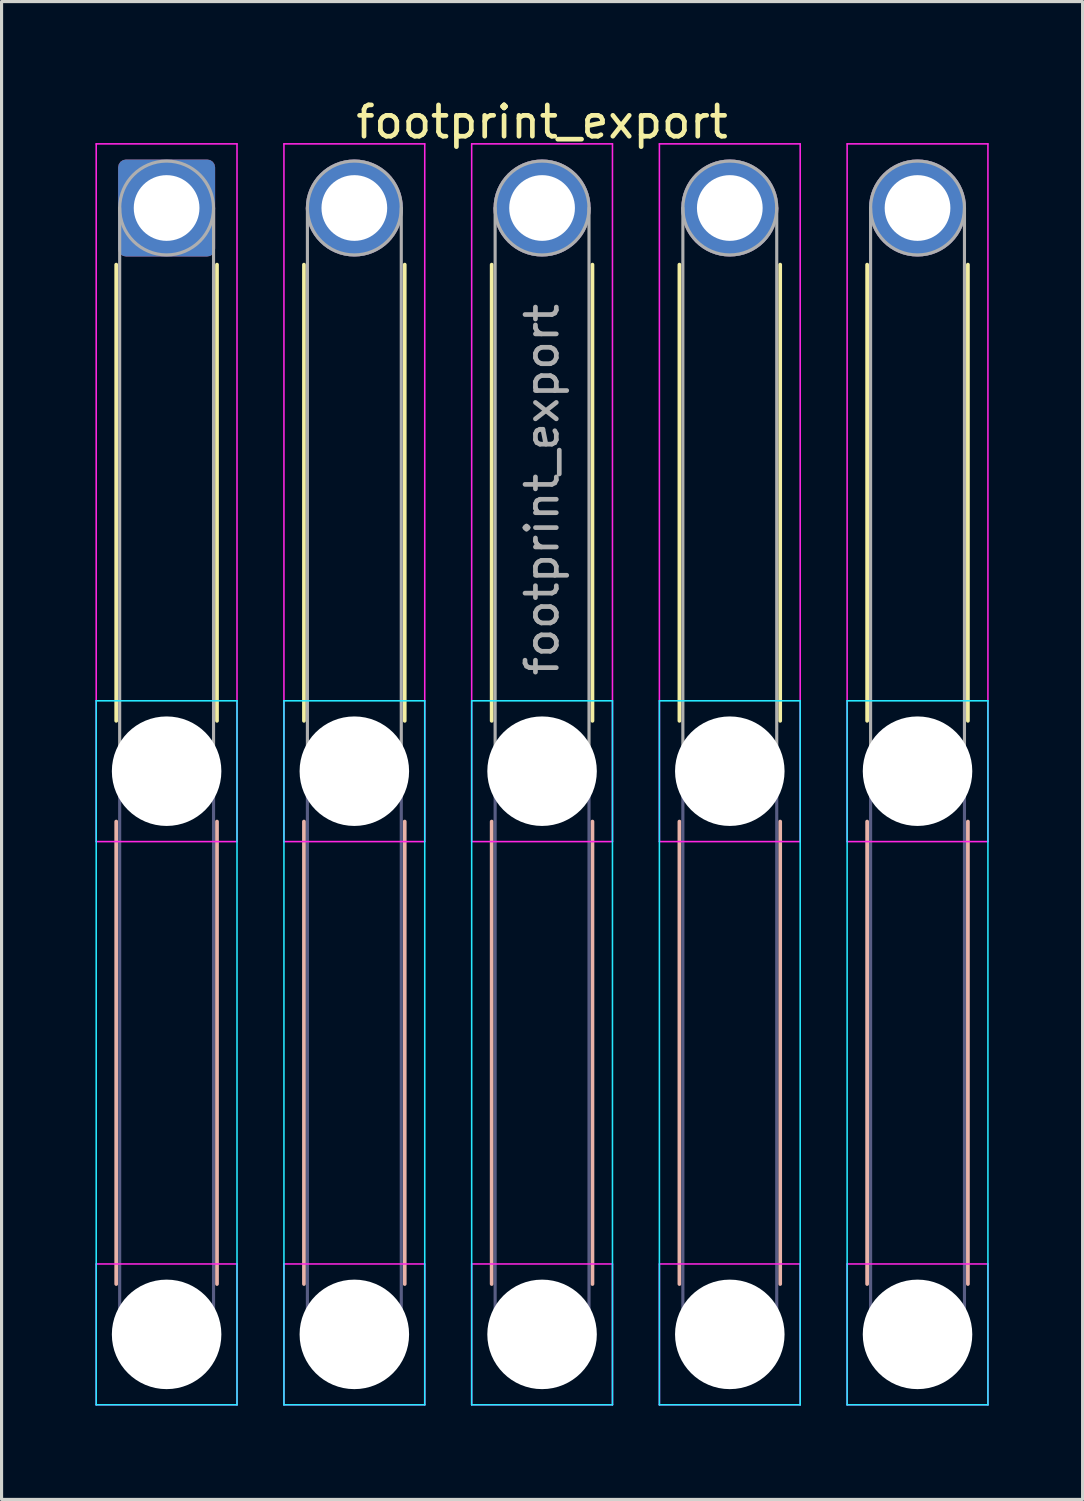
<source format=kicad_pcb>
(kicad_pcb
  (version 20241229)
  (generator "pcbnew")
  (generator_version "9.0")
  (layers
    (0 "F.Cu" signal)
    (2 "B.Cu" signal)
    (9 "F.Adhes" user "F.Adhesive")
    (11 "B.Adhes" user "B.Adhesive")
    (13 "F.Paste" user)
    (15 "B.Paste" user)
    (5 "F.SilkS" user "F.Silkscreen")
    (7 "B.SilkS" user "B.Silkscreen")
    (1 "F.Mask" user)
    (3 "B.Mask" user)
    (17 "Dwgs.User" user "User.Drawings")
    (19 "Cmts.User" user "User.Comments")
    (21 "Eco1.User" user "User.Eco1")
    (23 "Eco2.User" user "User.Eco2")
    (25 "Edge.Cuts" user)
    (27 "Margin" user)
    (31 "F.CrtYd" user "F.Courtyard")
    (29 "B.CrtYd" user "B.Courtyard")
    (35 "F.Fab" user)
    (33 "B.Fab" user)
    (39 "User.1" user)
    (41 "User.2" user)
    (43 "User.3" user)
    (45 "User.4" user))
  (footprint "footprint_export"
    (layer "F.Cu")
    (at 2.275 3.598)
    (property "Reference" "footprint_export" (at 12 -2.75 0) (layer "F.SilkS") (effects (font (size 1 1) (thickness 0.15))))
    (attr exclude_from_pos_files exclude_from_bom)
    (fp_line (start -1.61 1.81) (end -1.61 16.39) (stroke (width 0.12) (type solid)) (layer "F.SilkS"))
    (fp_line (start 1.61 1.81) (end 1.61 16.39) (stroke (width 0.12) (type solid)) (layer "F.SilkS"))
    (fp_line (start 4.39 1.81) (end 4.39 16.39) (stroke (width 0.12) (type solid)) (layer "F.SilkS"))
    (fp_line (start 7.61 1.81) (end 7.61 16.39) (stroke (width 0.12) (type solid)) (layer "F.SilkS"))
    (fp_line (start 10.39 1.81) (end 10.39 16.39) (stroke (width 0.12) (type solid)) (layer "F.SilkS"))
    (fp_line (start 13.61 1.81) (end 13.61 16.39) (stroke (width 0.12) (type solid)) (layer "F.SilkS"))
    (fp_line (start 16.39 1.81) (end 16.39 16.39) (stroke (width 0.12) (type solid)) (layer "F.SilkS"))
    (fp_line (start 19.61 1.81) (end 19.61 16.39) (stroke (width 0.12) (type solid)) (layer "F.SilkS"))
    (fp_line (start 22.39 1.81) (end 22.39 16.39) (stroke (width 0.12) (type solid)) (layer "F.SilkS"))
    (fp_line (start 25.61 1.81) (end 25.61 16.39) (stroke (width 0.12) (type solid)) (layer "F.SilkS"))
    (fp_line (start -1.61 19.61) (end -1.61 34.39) (stroke (width 0.12) (type solid)) (layer "B.SilkS"))
    (fp_line (start 1.61 19.61) (end 1.61 34.39) (stroke (width 0.12) (type solid)) (layer "B.SilkS"))
    (fp_line (start 4.39 19.61) (end 4.39 34.39) (stroke (width 0.12) (type solid)) (layer "B.SilkS"))
    (fp_line (start 7.61 19.61) (end 7.61 34.39) (stroke (width 0.12) (type solid)) (layer "B.SilkS"))
    (fp_line (start 10.39 19.61) (end 10.39 34.39) (stroke (width 0.12) (type solid)) (layer "B.SilkS"))
    (fp_line (start 13.61 19.61) (end 13.61 34.39) (stroke (width 0.12) (type solid)) (layer "B.SilkS"))
    (fp_line (start 16.39 19.61) (end 16.39 34.39) (stroke (width 0.12) (type solid)) (layer "B.SilkS"))
    (fp_line (start 19.61 19.61) (end 19.61 34.39) (stroke (width 0.12) (type solid)) (layer "B.SilkS"))
    (fp_line (start 22.39 19.61) (end 22.39 34.39) (stroke (width 0.12) (type solid)) (layer "B.SilkS"))
    (fp_line (start 25.61 19.61) (end 25.61 34.39) (stroke (width 0.12) (type solid)) (layer "B.SilkS"))
    (fp_line (start -2.25 15.75) (end -2.25 38.25) (stroke (width 0.05) (type solid)) (layer "B.CrtYd"))
    (fp_line (start -2.25 38.25) (end 2.25 38.25) (stroke (width 0.05) (type solid)) (layer "B.CrtYd"))
    (fp_line (start 2.25 15.75) (end -2.25 15.75) (stroke (width 0.05) (type solid)) (layer "B.CrtYd"))
    (fp_line (start 2.25 38.25) (end 2.25 15.75) (stroke (width 0.05) (type solid)) (layer "B.CrtYd"))
    (fp_line (start 3.75 15.75) (end 3.75 38.25) (stroke (width 0.05) (type solid)) (layer "B.CrtYd"))
    (fp_line (start 3.75 38.25) (end 8.25 38.25) (stroke (width 0.05) (type solid)) (layer "B.CrtYd"))
    (fp_line (start 8.25 15.75) (end 3.75 15.75) (stroke (width 0.05) (type solid)) (layer "B.CrtYd"))
    (fp_line (start 8.25 38.25) (end 8.25 15.75) (stroke (width 0.05) (type solid)) (layer "B.CrtYd"))
    (fp_line (start 9.75 15.75) (end 9.75 38.25) (stroke (width 0.05) (type solid)) (layer "B.CrtYd"))
    (fp_line (start 9.75 38.25) (end 14.25 38.25) (stroke (width 0.05) (type solid)) (layer "B.CrtYd"))
    (fp_line (start 14.25 15.75) (end 9.75 15.75) (stroke (width 0.05) (type solid)) (layer "B.CrtYd"))
    (fp_line (start 14.25 38.25) (end 14.25 15.75) (stroke (width 0.05) (type solid)) (layer "B.CrtYd"))
    (fp_line (start 15.75 15.75) (end 15.75 38.25) (stroke (width 0.05) (type solid)) (layer "B.CrtYd"))
    (fp_line (start 15.75 38.25) (end 20.25 38.25) (stroke (width 0.05) (type solid)) (layer "B.CrtYd"))
    (fp_line (start 20.25 15.75) (end 15.75 15.75) (stroke (width 0.05) (type solid)) (layer "B.CrtYd"))
    (fp_line (start 20.25 38.25) (end 20.25 15.75) (stroke (width 0.05) (type solid)) (layer "B.CrtYd"))
    (fp_line (start 21.75 15.75) (end 21.75 38.25) (stroke (width 0.05) (type solid)) (layer "B.CrtYd"))
    (fp_line (start 21.75 38.25) (end 26.25 38.25) (stroke (width 0.05) (type solid)) (layer "B.CrtYd"))
    (fp_line (start 26.25 15.75) (end 21.75 15.75) (stroke (width 0.05) (type solid)) (layer "B.CrtYd"))
    (fp_line (start 26.25 38.25) (end 26.25 15.75) (stroke (width 0.05) (type solid)) (layer "B.CrtYd"))
    (fp_line (start -2.25 -2.05) (end -2.25 20.25) (stroke (width 0.05) (type solid)) (layer "F.CrtYd"))
    (fp_line (start -2.25 20.25) (end 2.25 20.25) (stroke (width 0.05) (type solid)) (layer "F.CrtYd"))
    (fp_line (start -2.25 33.75) (end -2.25 38.25) (stroke (width 0.05) (type solid)) (layer "F.CrtYd"))
    (fp_line (start -2.25 38.25) (end 2.25 38.25) (stroke (width 0.05) (type solid)) (layer "F.CrtYd"))
    (fp_line (start 2.25 -2.05) (end -2.25 -2.05) (stroke (width 0.05) (type solid)) (layer "F.CrtYd"))
    (fp_line (start 2.25 20.25) (end 2.25 -2.05) (stroke (width 0.05) (type solid)) (layer "F.CrtYd"))
    (fp_line (start 2.25 33.75) (end -2.25 33.75) (stroke (width 0.05) (type solid)) (layer "F.CrtYd"))
    (fp_line (start 2.25 38.25) (end 2.25 33.75) (stroke (width 0.05) (type solid)) (layer "F.CrtYd"))
    (fp_line (start 3.75 -2.05) (end 3.75 20.25) (stroke (width 0.05) (type solid)) (layer "F.CrtYd"))
    (fp_line (start 3.75 20.25) (end 8.25 20.25) (stroke (width 0.05) (type solid)) (layer "F.CrtYd"))
    (fp_line (start 3.75 33.75) (end 3.75 38.25) (stroke (width 0.05) (type solid)) (layer "F.CrtYd"))
    (fp_line (start 3.75 38.25) (end 8.25 38.25) (stroke (width 0.05) (type solid)) (layer "F.CrtYd"))
    (fp_line (start 8.25 -2.05) (end 3.75 -2.05) (stroke (width 0.05) (type solid)) (layer "F.CrtYd"))
    (fp_line (start 8.25 20.25) (end 8.25 -2.05) (stroke (width 0.05) (type solid)) (layer "F.CrtYd"))
    (fp_line (start 8.25 33.75) (end 3.75 33.75) (stroke (width 0.05) (type solid)) (layer "F.CrtYd"))
    (fp_line (start 8.25 38.25) (end 8.25 33.75) (stroke (width 0.05) (type solid)) (layer "F.CrtYd"))
    (fp_line (start 9.75 -2.05) (end 9.75 20.25) (stroke (width 0.05) (type solid)) (layer "F.CrtYd"))
    (fp_line (start 9.75 20.25) (end 14.25 20.25) (stroke (width 0.05) (type solid)) (layer "F.CrtYd"))
    (fp_line (start 9.75 33.75) (end 9.75 38.25) (stroke (width 0.05) (type solid)) (layer "F.CrtYd"))
    (fp_line (start 9.75 38.25) (end 14.25 38.25) (stroke (width 0.05) (type solid)) (layer "F.CrtYd"))
    (fp_line (start 14.25 -2.05) (end 9.75 -2.05) (stroke (width 0.05) (type solid)) (layer "F.CrtYd"))
    (fp_line (start 14.25 20.25) (end 14.25 -2.05) (stroke (width 0.05) (type solid)) (layer "F.CrtYd"))
    (fp_line (start 14.25 33.75) (end 9.75 33.75) (stroke (width 0.05) (type solid)) (layer "F.CrtYd"))
    (fp_line (start 14.25 38.25) (end 14.25 33.75) (stroke (width 0.05) (type solid)) (layer "F.CrtYd"))
    (fp_line (start 15.75 -2.05) (end 15.75 20.25) (stroke (width 0.05) (type solid)) (layer "F.CrtYd"))
    (fp_line (start 15.75 20.25) (end 20.25 20.25) (stroke (width 0.05) (type solid)) (layer "F.CrtYd"))
    (fp_line (start 15.75 33.75) (end 15.75 38.25) (stroke (width 0.05) (type solid)) (layer "F.CrtYd"))
    (fp_line (start 15.75 38.25) (end 20.25 38.25) (stroke (width 0.05) (type solid)) (layer "F.CrtYd"))
    (fp_line (start 20.25 -2.05) (end 15.75 -2.05) (stroke (width 0.05) (type solid)) (layer "F.CrtYd"))
    (fp_line (start 20.25 20.25) (end 20.25 -2.05) (stroke (width 0.05) (type solid)) (layer "F.CrtYd"))
    (fp_line (start 20.25 33.75) (end 15.75 33.75) (stroke (width 0.05) (type solid)) (layer "F.CrtYd"))
    (fp_line (start 20.25 38.25) (end 20.25 33.75) (stroke (width 0.05) (type solid)) (layer "F.CrtYd"))
    (fp_line (start 21.75 -2.05) (end 21.75 20.25) (stroke (width 0.05) (type solid)) (layer "F.CrtYd"))
    (fp_line (start 21.75 20.25) (end 26.25 20.25) (stroke (width 0.05) (type solid)) (layer "F.CrtYd"))
    (fp_line (start 21.75 33.75) (end 21.75 38.25) (stroke (width 0.05) (type solid)) (layer "F.CrtYd"))
    (fp_line (start 21.75 38.25) (end 26.25 38.25) (stroke (width 0.05) (type solid)) (layer "F.CrtYd"))
    (fp_line (start 26.25 -2.05) (end 21.75 -2.05) (stroke (width 0.05) (type solid)) (layer "F.CrtYd"))
    (fp_line (start 26.25 20.25) (end 26.25 -2.05) (stroke (width 0.05) (type solid)) (layer "F.CrtYd"))
    (fp_line (start 26.25 33.75) (end 21.75 33.75) (stroke (width 0.05) (type solid)) (layer "F.CrtYd"))
    (fp_line (start 26.25 38.25) (end 26.25 33.75) (stroke (width 0.05) (type solid)) (layer "F.CrtYd"))
    (fp_line (start -1.5 18) (end -1.5 36) (stroke (width 0.1) (type solid)) (layer "B.Fab"))
    (fp_line (start 1.5 18) (end 1.5 36) (stroke (width 0.1) (type solid)) (layer "B.Fab"))
    (fp_line (start 4.5 18) (end 4.5 36) (stroke (width 0.1) (type solid)) (layer "B.Fab"))
    (fp_line (start 7.5 18) (end 7.5 36) (stroke (width 0.1) (type solid)) (layer "B.Fab"))
    (fp_line (start 10.5 18) (end 10.5 36) (stroke (width 0.1) (type solid)) (layer "B.Fab"))
    (fp_line (start 13.5 18) (end 13.5 36) (stroke (width 0.1) (type solid)) (layer "B.Fab"))
    (fp_line (start 16.5 18) (end 16.5 36) (stroke (width 0.1) (type solid)) (layer "B.Fab"))
    (fp_line (start 19.5 18) (end 19.5 36) (stroke (width 0.1) (type solid)) (layer "B.Fab"))
    (fp_line (start 22.5 18) (end 22.5 36) (stroke (width 0.1) (type solid)) (layer "B.Fab"))
    (fp_line (start 25.5 18) (end 25.5 36) (stroke (width 0.1) (type solid)) (layer "B.Fab"))
    (fp_circle (center 0 18) (end 1.5 18) (stroke (width 0.1) (type solid)) (fill no) (layer "B.Fab"))
    (fp_circle (center 0 36) (end 1.5 36) (stroke (width 0.1) (type solid)) (fill no) (layer "B.Fab"))
    (fp_circle (center 6 18) (end 7.5 18) (stroke (width 0.1) (type solid)) (fill no) (layer "B.Fab"))
    (fp_circle (center 6 36) (end 7.5 36) (stroke (width 0.1) (type solid)) (fill no) (layer "B.Fab"))
    (fp_circle (center 12 18) (end 13.5 18) (stroke (width 0.1) (type solid)) (fill no) (layer "B.Fab"))
    (fp_circle (center 12 36) (end 13.5 36) (stroke (width 0.1) (type solid)) (fill no) (layer "B.Fab"))
    (fp_circle (center 18 18) (end 19.5 18) (stroke (width 0.1) (type solid)) (fill no) (layer "B.Fab"))
    (fp_circle (center 18 36) (end 19.5 36) (stroke (width 0.1) (type solid)) (fill no) (layer "B.Fab"))
    (fp_circle (center 24 18) (end 25.5 18) (stroke (width 0.1) (type solid)) (fill no) (layer "B.Fab"))
    (fp_circle (center 24 36) (end 25.5 36) (stroke (width 0.1) (type solid)) (fill no) (layer "B.Fab"))
    (fp_line (start -1.5 0) (end -1.5 18) (stroke (width 0.1) (type solid)) (layer "F.Fab"))
    (fp_line (start 1.5 0) (end 1.5 18) (stroke (width 0.1) (type solid)) (layer "F.Fab"))
    (fp_line (start 4.5 0) (end 4.5 18) (stroke (width 0.1) (type solid)) (layer "F.Fab"))
    (fp_line (start 7.5 0) (end 7.5 18) (stroke (width 0.1) (type solid)) (layer "F.Fab"))
    (fp_line (start 10.5 0) (end 10.5 18) (stroke (width 0.1) (type solid)) (layer "F.Fab"))
    (fp_line (start 13.5 0) (end 13.5 18) (stroke (width 0.1) (type solid)) (layer "F.Fab"))
    (fp_line (start 16.5 0) (end 16.5 18) (stroke (width 0.1) (type solid)) (layer "F.Fab"))
    (fp_line (start 19.5 0) (end 19.5 18) (stroke (width 0.1) (type solid)) (layer "F.Fab"))
    (fp_line (start 22.5 0) (end 22.5 18) (stroke (width 0.1) (type solid)) (layer "F.Fab"))
    (fp_line (start 25.5 0) (end 25.5 18) (stroke (width 0.1) (type solid)) (layer "F.Fab"))
    (fp_circle (center 0 0) (end 1.5 0) (stroke (width 0.1) (type solid)) (fill no) (layer "F.Fab"))
    (fp_circle (center 0 18) (end 1.5 18) (stroke (width 0.1) (type solid)) (fill no) (layer "F.Fab"))
    (fp_circle (center 0 36) (end 1.5 36) (stroke (width 0.1) (type solid)) (fill no) (layer "F.Fab"))
    (fp_circle (center 6 0) (end 7.5 0) (stroke (width 0.1) (type solid)) (fill no) (layer "F.Fab"))
    (fp_circle (center 6 18) (end 7.5 18) (stroke (width 0.1) (type solid)) (fill no) (layer "F.Fab"))
    (fp_circle (center 6 36) (end 7.5 36) (stroke (width 0.1) (type solid)) (fill no) (layer "F.Fab"))
    (fp_circle (center 12 0) (end 13.5 0) (stroke (width 0.1) (type solid)) (fill no) (layer "F.Fab"))
    (fp_circle (center 12 18) (end 13.5 18) (stroke (width 0.1) (type solid)) (fill no) (layer "F.Fab"))
    (fp_circle (center 12 36) (end 13.5 36) (stroke (width 0.1) (type solid)) (fill no) (layer "F.Fab"))
    (fp_circle (center 18 0) (end 19.5 0) (stroke (width 0.1) (type solid)) (fill no) (layer "F.Fab"))
    (fp_circle (center 18 18) (end 19.5 18) (stroke (width 0.1) (type solid)) (fill no) (layer "F.Fab"))
    (fp_circle (center 18 36) (end 19.5 36) (stroke (width 0.1) (type solid)) (fill no) (layer "F.Fab"))
    (fp_circle (center 24 0) (end 25.5 0) (stroke (width 0.1) (type solid)) (fill no) (layer "F.Fab"))
    (fp_circle (center 24 18) (end 25.5 18) (stroke (width 0.1) (type solid)) (fill no) (layer "F.Fab"))
    (fp_circle (center 24 36) (end 25.5 36) (stroke (width 0.1) (type solid)) (fill no) (layer "F.Fab"))
    (fp_text user "${REFERENCE}" (at 12 9 90) (layer "F.Fab") (effects (font (size 1 1) (thickness 0.15))))
    (pad "" np_thru_hole circle (at 0 18) (size 3.5 3.5) (drill 3.5) (layers "*.Cu" "*.Mask"))
    (pad "" np_thru_hole circle (at 0 36) (size 3.5 3.5) (drill 3.5) (layers "*.Cu" "*.Mask"))
    (pad "" np_thru_hole circle (at 6 18) (size 3.5 3.5) (drill 3.5) (layers "*.Cu" "*.Mask"))
    (pad "" np_thru_hole circle (at 6 36) (size 3.5 3.5) (drill 3.5) (layers "*.Cu" "*.Mask"))
    (pad "" np_thru_hole circle (at 12 18) (size 3.5 3.5) (drill 3.5) (layers "*.Cu" "*.Mask"))
    (pad "" np_thru_hole circle (at 12 36) (size 3.5 3.5) (drill 3.5) (layers "*.Cu" "*.Mask"))
    (pad "" np_thru_hole circle (at 18 18) (size 3.5 3.5) (drill 3.5) (layers "*.Cu" "*.Mask"))
    (pad "" np_thru_hole circle (at 18 36) (size 3.5 3.5) (drill 3.5) (layers "*.Cu" "*.Mask"))
    (pad "" np_thru_hole circle (at 24 18) (size 3.5 3.5) (drill 3.5) (layers "*.Cu" "*.Mask"))
    (pad "" np_thru_hole circle (at 24 36) (size 3.5 3.5) (drill 3.5) (layers "*.Cu" "*.Mask"))
    (pad "1" thru_hole roundrect (at 0 0) (size 3.1 3.1) (drill 2.1) (layers "*.Cu" "*.Mask") (roundrect_rratio 0.081))
    (pad "2" thru_hole circle (at 6 0) (size 3.1 3.1) (drill 2.1) (layers "*.Cu" "*.Mask"))
    (pad "3" thru_hole circle (at 12 0) (size 3.1 3.1) (drill 2.1) (layers "*.Cu" "*.Mask"))
    (pad "4" thru_hole circle (at 18 0) (size 3.1 3.1) (drill 2.1) (layers "*.Cu" "*.Mask"))
    (pad "5" thru_hole circle (at 24 0) (size 3.1 3.1) (drill 2.1) (layers "*.Cu" "*.Mask")))
  (gr_rect
    (start -3 -3)
    (end 31.55 44.873)
    (stroke (width 0.1) (type default))
    (fill no)
    (layer "Edge.Cuts")))
</source>
